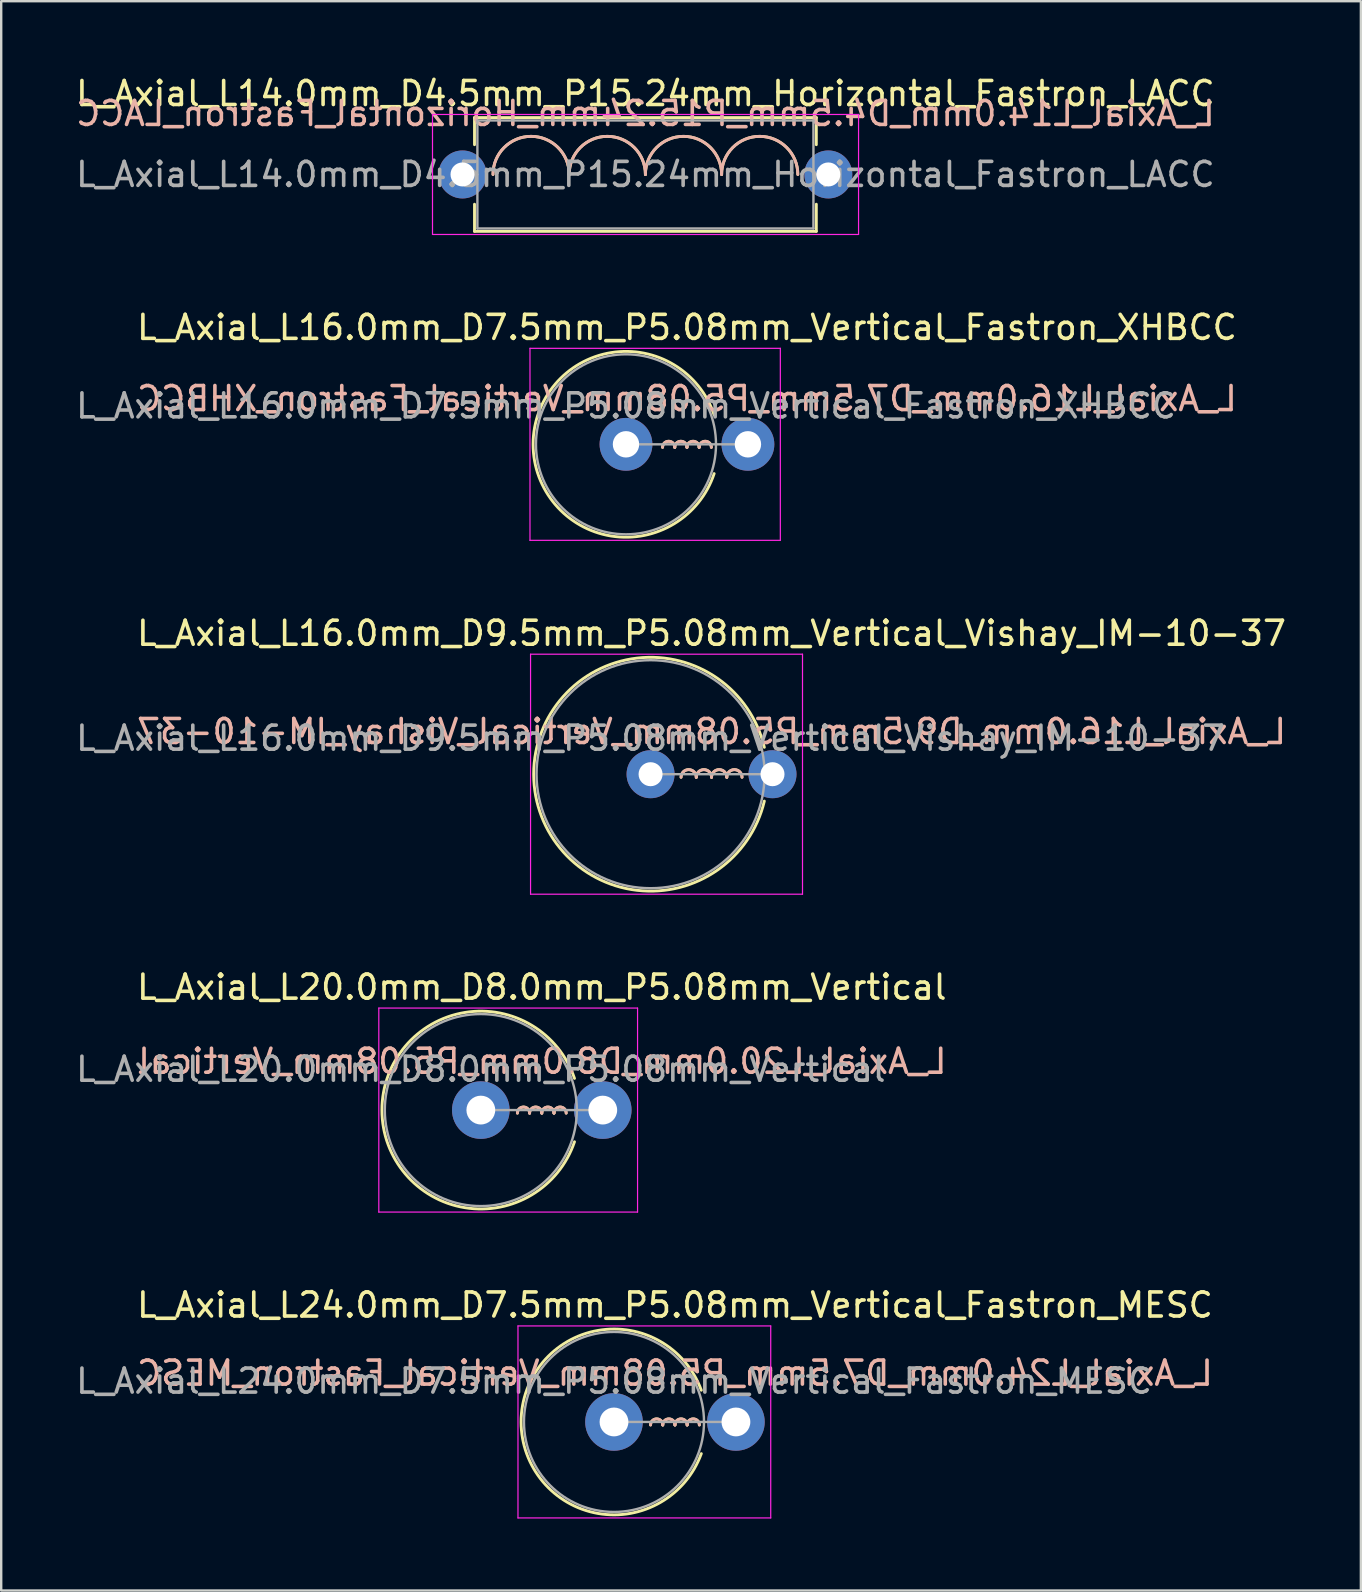
<source format=kicad_pcb>
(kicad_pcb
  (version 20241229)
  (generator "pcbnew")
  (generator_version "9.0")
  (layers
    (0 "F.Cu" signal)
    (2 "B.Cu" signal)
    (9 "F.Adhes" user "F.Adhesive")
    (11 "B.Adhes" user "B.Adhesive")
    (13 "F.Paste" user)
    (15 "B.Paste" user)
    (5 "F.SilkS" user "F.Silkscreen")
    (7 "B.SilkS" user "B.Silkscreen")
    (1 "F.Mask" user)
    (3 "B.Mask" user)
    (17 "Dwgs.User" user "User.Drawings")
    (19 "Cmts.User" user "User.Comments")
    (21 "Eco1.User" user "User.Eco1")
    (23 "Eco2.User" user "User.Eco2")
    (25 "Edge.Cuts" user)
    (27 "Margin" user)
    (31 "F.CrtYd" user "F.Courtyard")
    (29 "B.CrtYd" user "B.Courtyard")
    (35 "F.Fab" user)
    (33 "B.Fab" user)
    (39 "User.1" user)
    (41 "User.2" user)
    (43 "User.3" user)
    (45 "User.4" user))
  (footprint "L_Axial_L16.0mm_D7.5mm_P5.08mm_Vertical_Fastron_XHBCC"
    (layer "F.Cu")
    (at 23.03 15.461)
    (property "Reference" "L_Axial_L16.0mm_D7.5mm_P5.08mm_Vertical_Fastron_XHBCC" (at 2.54 -4.87 0) (layer "F.SilkS") (effects (font (size 1 1) (thickness 0.15))))
    (fp_arc (start 1.524 0.127) (mid 1.778 -0.127) (end 2.032 0.127) (stroke (width 0.12) (type solid)) (layer "F.SilkS"))
    (fp_arc (start 2.032 0.127) (mid 2.286 -0.127) (end 2.54 0.127) (stroke (width 0.12) (type solid)) (layer "F.SilkS"))
    (fp_arc (start 2.54 0.127) (mid 2.794 -0.127) (end 3.048 0.127) (stroke (width 0.12) (type solid)) (layer "F.SilkS"))
    (fp_arc (start 3.048 0.127) (mid 3.302 -0.127) (end 3.556 0.127) (stroke (width 0.12) (type solid)) (layer "F.SilkS"))
    (fp_arc (start 3.672669 1.22) (mid -3.87 0) (end 3.672669 -1.22) (stroke (width 0.12) (type solid)) (layer "F.SilkS"))
    (fp_arc (start 1.524 0.127) (mid 1.778 -0.127) (end 2.032 0.127) (stroke (width 0.12) (type solid)) (layer "B.SilkS"))
    (fp_arc (start 2.032 0.127) (mid 2.286 -0.127) (end 2.54 0.127) (stroke (width 0.12) (type solid)) (layer "B.SilkS"))
    (fp_arc (start 2.54 0.127) (mid 2.794 -0.127) (end 3.048 0.127) (stroke (width 0.12) (type solid)) (layer "B.SilkS"))
    (fp_arc (start 3.048 0.127) (mid 3.302 -0.127) (end 3.556 0.127) (stroke (width 0.12) (type solid)) (layer "B.SilkS"))
    (fp_line (start -4 -4) (end -4 4) (stroke (width 0.05) (type solid)) (layer "F.CrtYd"))
    (fp_line (start -4 4) (end 6.43 4) (stroke (width 0.05) (type solid)) (layer "F.CrtYd"))
    (fp_line (start 6.43 -4) (end -4 -4) (stroke (width 0.05) (type solid)) (layer "F.CrtYd"))
    (fp_line (start 6.43 4) (end 6.43 -4) (stroke (width 0.05) (type solid)) (layer "F.CrtYd"))
    (fp_line (start 0 0) (end 5.08 0) (stroke (width 0.1) (type solid)) (layer "F.Fab"))
    (fp_circle (center 0 0) (end 3.75 0) (stroke (width 0.1) (type solid)) (fill no) (layer "F.Fab"))
    (fp_text user "${REFERENCE}" (at 2.54 -1.905 0) (layer "B.SilkS") (effects (font (size 1 1) (thickness 0.15)) (justify mirror)))
    (fp_text user "${REFERENCE}" (at 0 -1.6 0) (layer "F.Fab") (effects (font (size 1 1) (thickness 0.15))))
    (pad "1" thru_hole circle (at 0 0) (size 2.2 2.2) (drill 1.1) (layers "*.Cu" "*.Mask"))
    (pad "2" thru_hole oval (at 5.08 0) (size 2.2 2.2) (drill 1.1) (layers "*.Cu" "*.Mask")))
  (footprint "L_Axial_L20.0mm_D8.0mm_P5.08mm_Vertical"
    (layer "F.Cu")
    (at 16.982 43.198)
    (property "Reference" "L_Axial_L20.0mm_D8.0mm_P5.08mm_Vertical" (at 2.54 -5.12 0) (layer "F.SilkS") (effects (font (size 1 1) (thickness 0.15))))
    (fp_arc (start 1.524 0.127) (mid 1.778 -0.127) (end 2.032 0.127) (stroke (width 0.12) (type solid)) (layer "F.SilkS"))
    (fp_arc (start 2.032 0.127) (mid 2.286 -0.127) (end 2.54 0.127) (stroke (width 0.12) (type solid)) (layer "F.SilkS"))
    (fp_arc (start 2.54 0.127) (mid 2.794 -0.127) (end 3.048 0.127) (stroke (width 0.12) (type solid)) (layer "F.SilkS"))
    (fp_arc (start 3.048 0.127) (mid 3.302 -0.127) (end 3.556 0.127) (stroke (width 0.12) (type solid)) (layer "F.SilkS"))
    (fp_arc (start 3.902819 1.32) (mid -4.12 0) (end 3.902819 -1.32) (stroke (width 0.12) (type solid)) (layer "F.SilkS"))
    (fp_arc (start 1.524 0.127) (mid 1.778 -0.127) (end 2.032 0.127) (stroke (width 0.12) (type solid)) (layer "B.SilkS"))
    (fp_arc (start 2.032 0.127) (mid 2.286 -0.127) (end 2.54 0.127) (stroke (width 0.12) (type solid)) (layer "B.SilkS"))
    (fp_arc (start 2.54 0.127) (mid 2.794 -0.127) (end 3.048 0.127) (stroke (width 0.12) (type solid)) (layer "B.SilkS"))
    (fp_arc (start 3.048 0.127) (mid 3.302 -0.127) (end 3.556 0.127) (stroke (width 0.12) (type solid)) (layer "B.SilkS"))
    (fp_line (start -4.25 -4.25) (end -4.25 4.25) (stroke (width 0.05) (type solid)) (layer "F.CrtYd"))
    (fp_line (start -4.25 4.25) (end 6.53 4.25) (stroke (width 0.05) (type solid)) (layer "F.CrtYd"))
    (fp_line (start 6.53 -4.25) (end -4.25 -4.25) (stroke (width 0.05) (type solid)) (layer "F.CrtYd"))
    (fp_line (start 6.53 4.25) (end 6.53 -4.25) (stroke (width 0.05) (type solid)) (layer "F.CrtYd"))
    (fp_line (start 0 0) (end 5.08 0) (stroke (width 0.1) (type solid)) (layer "F.Fab"))
    (fp_circle (center 0 0) (end 4 0) (stroke (width 0.1) (type solid)) (fill no) (layer "F.Fab"))
    (fp_text user "${REFERENCE}" (at 2.54 -2.032 0) (layer "B.SilkS") (effects (font (size 1 1) (thickness 0.15)) (justify mirror)))
    (fp_text user "${REFERENCE}" (at 0 -1.7 0) (layer "F.Fab") (effects (font (size 1 1) (thickness 0.15))))
    (pad "1" thru_hole circle (at 0 0) (size 2.4 2.4) (drill 1.2) (layers "*.Cu" "*.Mask"))
    (pad "2" thru_hole oval (at 5.08 0) (size 2.4 2.4) (drill 1.2) (layers "*.Cu" "*.Mask")))
  (footprint "L_Axial_L16.0mm_D9.5mm_P5.08mm_Vertical_Vishay_IM-10-37"
    (layer "F.Cu")
    (at 24.054 29.205)
    (property "Reference" "L_Axial_L16.0mm_D9.5mm_P5.08mm_Vertical_Vishay_IM-10-37" (at 2.54 -5.87 0) (layer "F.SilkS") (effects (font (size 1 1) (thickness 0.15))))
    (fp_arc (start 1.27 0.127) (mid 1.5875 -0.1905) (end 1.905 0.127) (stroke (width 0.12) (type solid)) (layer "F.SilkS"))
    (fp_arc (start 1.905 0.127) (mid 2.2225 -0.1905) (end 2.54 0.127) (stroke (width 0.12) (type solid)) (layer "F.SilkS"))
    (fp_arc (start 2.54 0.127) (mid 2.8575 -0.1905) (end 3.175 0.127) (stroke (width 0.12) (type solid)) (layer "F.SilkS"))
    (fp_arc (start 3.175 0.127) (mid 3.4925 -0.1905) (end 3.81 0.127) (stroke (width 0.12) (type solid)) (layer "F.SilkS"))
    (fp_arc (start 4.739462 1.12) (mid -4.87 0) (end 4.739462 -1.12) (stroke (width 0.12) (type solid)) (layer "F.SilkS"))
    (fp_arc (start 1.27 0.127) (mid 1.5875 -0.1905) (end 1.905 0.127) (stroke (width 0.12) (type solid)) (layer "B.SilkS"))
    (fp_arc (start 1.905 0.127) (mid 2.2225 -0.1905) (end 2.54 0.127) (stroke (width 0.12) (type solid)) (layer "B.SilkS"))
    (fp_arc (start 2.54 0.127) (mid 2.8575 -0.1905) (end 3.175 0.127) (stroke (width 0.12) (type solid)) (layer "B.SilkS"))
    (fp_arc (start 3.175 0.127) (mid 3.4925 -0.1905) (end 3.81 0.127) (stroke (width 0.12) (type solid)) (layer "B.SilkS"))
    (fp_line (start -5 -5) (end -5 5) (stroke (width 0.05) (type solid)) (layer "F.CrtYd"))
    (fp_line (start -5 5) (end 6.33 5) (stroke (width 0.05) (type solid)) (layer "F.CrtYd"))
    (fp_line (start 6.33 -5) (end -5 -5) (stroke (width 0.05) (type solid)) (layer "F.CrtYd"))
    (fp_line (start 6.33 5) (end 6.33 -5) (stroke (width 0.05) (type solid)) (layer "F.CrtYd"))
    (fp_line (start 0 0) (end 5.08 0) (stroke (width 0.1) (type solid)) (layer "F.Fab"))
    (fp_circle (center 0 0) (end 4.75 0) (stroke (width 0.1) (type solid)) (fill no) (layer "F.Fab"))
    (fp_text user "${REFERENCE}" (at 2.54 -1.778 0) (layer "B.SilkS") (effects (font (size 1 1) (thickness 0.15)) (justify mirror)))
    (fp_text user "${REFERENCE}" (at 0 -1.5 0) (layer "F.Fab") (effects (font (size 1 1) (thickness 0.15))))
    (pad "1" thru_hole circle (at 0 0) (size 2 2) (drill 1) (layers "*.Cu" "*.Mask"))
    (pad "2" thru_hole oval (at 5.08 0) (size 2 2) (drill 1) (layers "*.Cu" "*.Mask")))
  (footprint "L_Axial_L14.0mm_D4.5mm_P15.24mm_Horizontal_Fastron_LACC"
    (layer "F.Cu")
    (at 16.219 4.218)
    (property "Reference" "L_Axial_L14.0mm_D4.5mm_P15.24mm_Horizontal_Fastron_LACC" (at 7.62 -3.37 0) (layer "F.SilkS") (effects (font (size 1 1) (thickness 0.15))))
    (fp_line (start 0.5 -2.37) (end 14.74 -2.37) (stroke (width 0.12) (type solid)) (layer "F.SilkS"))
    (fp_line (start 0.5 -1.24) (end 0.5 -2.37) (stroke (width 0.12) (type solid)) (layer "F.SilkS"))
    (fp_line (start 0.5 1.24) (end 0.5 2.37) (stroke (width 0.12) (type solid)) (layer "F.SilkS"))
    (fp_line (start 0.5 2.37) (end 14.74 2.37) (stroke (width 0.12) (type solid)) (layer "F.SilkS"))
    (fp_line (start 14.74 -2.37) (end 14.74 -1.24) (stroke (width 0.12) (type solid)) (layer "F.SilkS"))
    (fp_line (start 14.74 2.37) (end 14.74 1.24) (stroke (width 0.12) (type solid)) (layer "F.SilkS"))
    (fp_arc (start 1.27 0) (mid 2.8575 -1.5875) (end 4.445 0) (stroke (width 0.12) (type solid)) (layer "F.SilkS"))
    (fp_arc (start 4.445 0) (mid 6.0325 -1.5875) (end 7.62 0) (stroke (width 0.12) (type solid)) (layer "F.SilkS"))
    (fp_arc (start 7.62 0) (mid 9.2075 -1.5875) (end 10.795 0) (stroke (width 0.12) (type solid)) (layer "F.SilkS"))
    (fp_arc (start 10.795 0) (mid 12.3825 -1.5875) (end 13.97 0) (stroke (width 0.12) (type solid)) (layer "F.SilkS"))
    (fp_arc (start 1.27 0) (mid 2.8575 -1.5875) (end 4.445 0) (stroke (width 0.12) (type solid)) (layer "B.SilkS"))
    (fp_arc (start 4.445 0) (mid 6.0325 -1.5875) (end 7.62 0) (stroke (width 0.12) (type solid)) (layer "B.SilkS"))
    (fp_arc (start 7.62 0) (mid 9.2075 -1.5875) (end 10.795 0) (stroke (width 0.12) (type solid)) (layer "B.SilkS"))
    (fp_arc (start 10.795 0) (mid 12.3825 -1.5875) (end 13.97 0) (stroke (width 0.12) (type solid)) (layer "B.SilkS"))
    (fp_line (start -1.25 -2.5) (end -1.25 2.5) (stroke (width 0.05) (type solid)) (layer "F.CrtYd"))
    (fp_line (start -1.25 2.5) (end 16.5 2.5) (stroke (width 0.05) (type solid)) (layer "F.CrtYd"))
    (fp_line (start 16.5 -2.5) (end -1.25 -2.5) (stroke (width 0.05) (type solid)) (layer "F.CrtYd"))
    (fp_line (start 16.5 2.5) (end 16.5 -2.5) (stroke (width 0.05) (type solid)) (layer "F.CrtYd"))
    (fp_line (start 0 0) (end 0.62 0) (stroke (width 0.1) (type solid)) (layer "F.Fab"))
    (fp_line (start 0.62 -2.25) (end 0.62 2.25) (stroke (width 0.1) (type solid)) (layer "F.Fab"))
    (fp_line (start 0.62 2.25) (end 14.62 2.25) (stroke (width 0.1) (type solid)) (layer "F.Fab"))
    (fp_line (start 14.62 -2.25) (end 0.62 -2.25) (stroke (width 0.1) (type solid)) (layer "F.Fab"))
    (fp_line (start 14.62 2.25) (end 14.62 -2.25) (stroke (width 0.1) (type solid)) (layer "F.Fab"))
    (fp_line (start 15.24 0) (end 14.62 0) (stroke (width 0.1) (type solid)) (layer "F.Fab"))
    (fp_text user "${REFERENCE}" (at 7.62 -2.54 0) (layer "B.SilkS") (effects (font (size 1 1) (thickness 0.15)) (justify mirror)))
    (fp_text user "${REFERENCE}" (at 7.62 0 0) (layer "F.Fab") (effects (font (size 1 1) (thickness 0.15))))
    (pad "1" thru_hole circle (at 0 0) (size 2 2) (drill 1) (layers "*.Cu" "*.Mask"))
    (pad "2" thru_hole oval (at 15.24 0) (size 2 2) (drill 1) (layers "*.Cu" "*.Mask")))
  (footprint "L_Axial_L24.0mm_D7.5mm_P5.08mm_Vertical_Fastron_MESC"
    (layer "F.Cu")
    (at 22.53 56.191)
    (property "Reference" "L_Axial_L24.0mm_D7.5mm_P5.08mm_Vertical_Fastron_MESC" (at 2.54 -4.87 0) (layer "F.SilkS") (effects (font (size 1 1) (thickness 0.15))))
    (fp_arc (start 1.524 0.127) (mid 1.778 -0.127) (end 2.032 0.127) (stroke (width 0.12) (type solid)) (layer "F.SilkS"))
    (fp_arc (start 2.032 0.127) (mid 2.286 -0.127) (end 2.54 0.127) (stroke (width 0.12) (type solid)) (layer "F.SilkS"))
    (fp_arc (start 2.54 0.127) (mid 2.794 -0.127) (end 3.048 0.127) (stroke (width 0.12) (type solid)) (layer "F.SilkS"))
    (fp_arc (start 3.048 0.127) (mid 3.302 -0.127) (end 3.556 0.127) (stroke (width 0.12) (type solid)) (layer "F.SilkS"))
    (fp_arc (start 3.637925 1.32) (mid -3.87 0) (end 3.637925 -1.32) (stroke (width 0.12) (type solid)) (layer "F.SilkS"))
    (fp_arc (start 1.524 0.127) (mid 1.778 -0.127) (end 2.032 0.127) (stroke (width 0.12) (type solid)) (layer "B.SilkS"))
    (fp_arc (start 2.032 0.127) (mid 2.286 -0.127) (end 2.54 0.127) (stroke (width 0.12) (type solid)) (layer "B.SilkS"))
    (fp_arc (start 2.54 0.127) (mid 2.794 -0.127) (end 3.048 0.127) (stroke (width 0.12) (type solid)) (layer "B.SilkS"))
    (fp_arc (start 3.048 0.127) (mid 3.302 -0.127) (end 3.556 0.127) (stroke (width 0.12) (type solid)) (layer "B.SilkS"))
    (fp_line (start -4 -4) (end -4 4) (stroke (width 0.05) (type solid)) (layer "F.CrtYd"))
    (fp_line (start -4 4) (end 6.53 4) (stroke (width 0.05) (type solid)) (layer "F.CrtYd"))
    (fp_line (start 6.53 -4) (end -4 -4) (stroke (width 0.05) (type solid)) (layer "F.CrtYd"))
    (fp_line (start 6.53 4) (end 6.53 -4) (stroke (width 0.05) (type solid)) (layer "F.CrtYd"))
    (fp_line (start 0 0) (end 5.08 0) (stroke (width 0.1) (type solid)) (layer "F.Fab"))
    (fp_circle (center 0 0) (end 3.75 0) (stroke (width 0.1) (type solid)) (fill no) (layer "F.Fab"))
    (fp_text user "${REFERENCE}" (at 2.54 -2.032 0) (layer "B.SilkS") (effects (font (size 1 1) (thickness 0.15)) (justify mirror)))
    (fp_text user "${REFERENCE}" (at 0 -1.7 0) (layer "F.Fab") (effects (font (size 1 1) (thickness 0.15))))
    (pad "1" thru_hole circle (at 0 0) (size 2.4 2.4) (drill 1.2) (layers "*.Cu" "*.Mask"))
    (pad "2" thru_hole oval (at 5.08 0) (size 2.4 2.4) (drill 1.2) (layers "*.Cu" "*.Mask")))
  (gr_rect
    (start -3 -3)
    (end 53.647 63.216)
    (stroke (width 0.1) (type default))
    (fill no)
    (layer "Edge.Cuts")))
</source>
